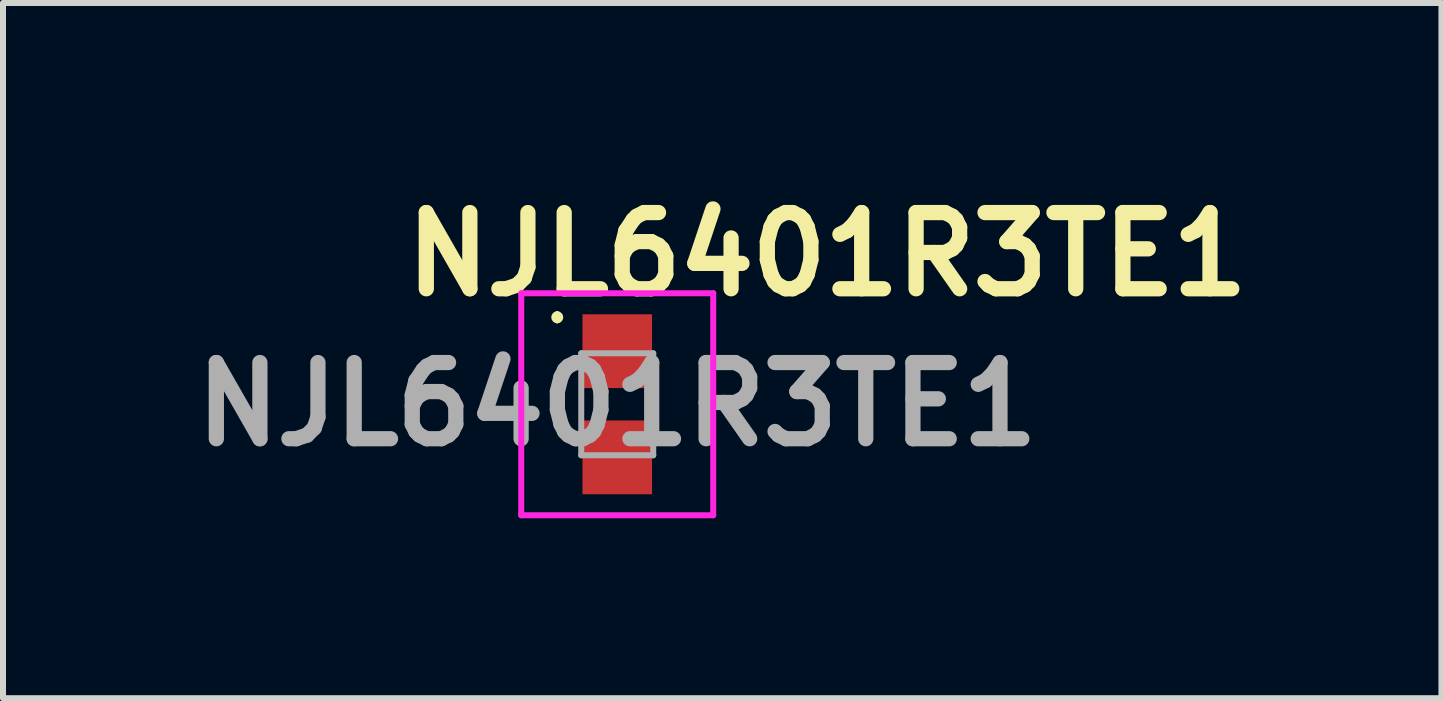
<source format=kicad_pcb>
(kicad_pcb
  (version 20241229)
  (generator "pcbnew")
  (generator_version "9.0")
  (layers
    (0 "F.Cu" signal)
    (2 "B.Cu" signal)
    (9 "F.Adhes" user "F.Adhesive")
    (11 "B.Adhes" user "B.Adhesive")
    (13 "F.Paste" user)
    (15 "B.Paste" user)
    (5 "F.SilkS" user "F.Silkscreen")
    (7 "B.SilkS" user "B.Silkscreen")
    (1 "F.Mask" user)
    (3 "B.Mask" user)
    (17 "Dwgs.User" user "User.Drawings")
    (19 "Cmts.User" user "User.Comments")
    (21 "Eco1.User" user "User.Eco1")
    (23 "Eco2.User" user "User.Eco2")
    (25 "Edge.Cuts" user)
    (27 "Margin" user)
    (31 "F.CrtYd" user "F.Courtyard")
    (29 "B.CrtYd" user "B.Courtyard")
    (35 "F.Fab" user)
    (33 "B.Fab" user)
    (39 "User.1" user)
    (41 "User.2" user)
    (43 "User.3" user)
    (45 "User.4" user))
  (footprint "NJL6401R3TE1"
    (layer "F.Cu")
    (at 7.239 3.689)
    (property "Reference" "NJL6401R3TE1" (at 3.5 -2.5 0) (layer "F.SilkS") (effects (font (size 1.27 1.27) (thickness 0.254))))
    (attr smd)
    (fp_line (start -1 -1.5) (end -1 -1.5) (stroke (width 0.1) (type solid)) (layer "F.SilkS"))
    (fp_line (start -1 -1.4) (end -1 -1.4) (stroke (width 0.1) (type solid)) (layer "F.SilkS"))
    (fp_arc (start -1 -1.5) (mid -0.95 -1.45) (end -1 -1.4) (stroke (width 0.1) (type solid)) (layer "F.SilkS"))
    (fp_arc (start -1 -1.4) (mid -1.05 -1.45) (end -1 -1.5) (stroke (width 0.1) (type solid)) (layer "F.SilkS"))
    (fp_line (start -1.6 -1.85) (end 1.6 -1.85) (stroke (width 0.1) (type solid)) (layer "F.CrtYd"))
    (fp_line (start -1.6 1.85) (end -1.6 -1.85) (stroke (width 0.1) (type solid)) (layer "F.CrtYd"))
    (fp_line (start 1.6 -1.85) (end 1.6 1.85) (stroke (width 0.1) (type solid)) (layer "F.CrtYd"))
    (fp_line (start 1.6 1.85) (end -1.6 1.85) (stroke (width 0.1) (type solid)) (layer "F.CrtYd"))
    (fp_line (start -0.6 -0.85) (end 0.6 -0.85) (stroke (width 0.1) (type solid)) (layer "F.Fab"))
    (fp_line (start -0.6 0.85) (end -0.6 -0.85) (stroke (width 0.1) (type solid)) (layer "F.Fab"))
    (fp_line (start 0.6 -0.85) (end 0.6 0.85) (stroke (width 0.1) (type solid)) (layer "F.Fab"))
    (fp_line (start 0.6 0.85) (end -0.6 0.85) (stroke (width 0.1) (type solid)) (layer "F.Fab"))
    (fp_text user "${REFERENCE}" (at 0 0 0) (layer "F.Fab") (effects (font (size 1.27 1.27) (thickness 0.254))))
    (pad "1" smd rect (at 0 -0.885 90) (size 1.23 1.16) (layers "F.Cu" "F.Mask" "F.Paste"))
    (pad "2" smd rect (at 0 0.885 90) (size 1.23 1.16) (layers "F.Cu" "F.Mask" "F.Paste")))
  (gr_rect
    (start -3 -3)
    (end 20.978 8.589)
    (stroke (width 0.1) (type default))
    (fill no)
    (layer "Edge.Cuts")))
</source>
